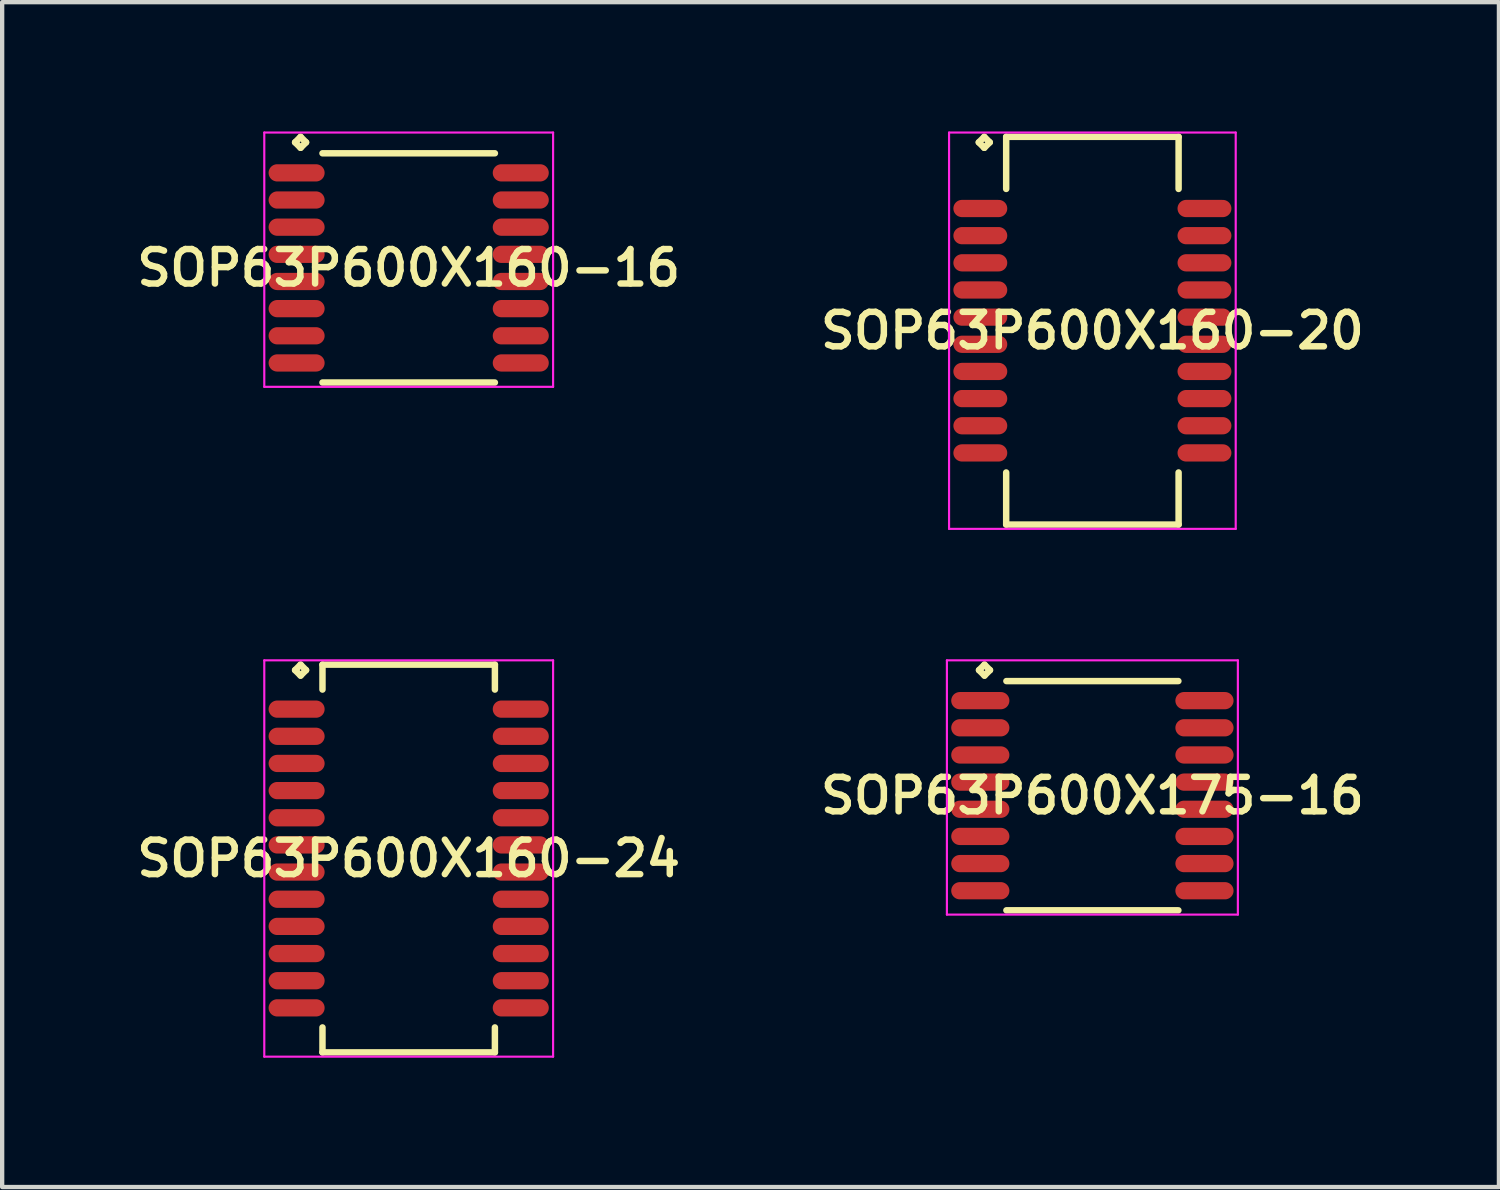
<source format=kicad_pcb>
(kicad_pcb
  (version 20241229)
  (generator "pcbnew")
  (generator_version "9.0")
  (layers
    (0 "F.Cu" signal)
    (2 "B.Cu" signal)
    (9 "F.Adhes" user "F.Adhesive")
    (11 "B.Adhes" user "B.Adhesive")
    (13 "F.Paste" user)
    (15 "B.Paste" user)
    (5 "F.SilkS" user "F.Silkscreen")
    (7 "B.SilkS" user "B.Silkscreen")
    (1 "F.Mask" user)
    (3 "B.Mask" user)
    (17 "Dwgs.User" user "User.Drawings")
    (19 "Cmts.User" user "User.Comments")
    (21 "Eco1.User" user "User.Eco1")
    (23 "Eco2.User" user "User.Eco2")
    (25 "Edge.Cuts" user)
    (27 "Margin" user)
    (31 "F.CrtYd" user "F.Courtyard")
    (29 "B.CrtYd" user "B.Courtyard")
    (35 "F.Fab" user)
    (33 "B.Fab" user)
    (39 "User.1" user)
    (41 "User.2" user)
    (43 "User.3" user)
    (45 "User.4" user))
  (footprint "SOP63P600X175-16"
    (layer "F.Cu")
    (at 22.292 15.409)
    (property "Reference" "SOP63P600X175-16" (at 0 0 0) (layer "F.SilkS") (effects (font (size 0.8 0.8) (thickness 0.15))))
    (attr smd)
    (fp_line (start -2.63 -2.913) (end -2.503 -3.04) (stroke (width 0.15) (type solid)) (layer "F.SilkS"))
    (fp_line (start -2.503 -3.04) (end -2.376 -2.913) (stroke (width 0.15) (type solid)) (layer "F.SilkS"))
    (fp_line (start -2.503 -2.786) (end -2.63 -2.913) (stroke (width 0.15) (type solid)) (layer "F.SilkS"))
    (fp_line (start -2.376 -2.913) (end -2.503 -2.786) (stroke (width 0.15) (type solid)) (layer "F.SilkS"))
    (fp_line (start -1.995 -2.659) (end 1.995 -2.659) (stroke (width 0.15) (type solid)) (layer "F.SilkS"))
    (fp_line (start -1.995 2.659) (end 1.995 2.659) (stroke (width 0.15) (type solid)) (layer "F.SilkS"))
    (fp_line (start -3.375 -3.14) (end 3.375 -3.14) (stroke (width 0.05) (type solid)) (layer "F.CrtYd"))
    (fp_line (start -3.375 2.759) (end -3.375 -3.14) (stroke (width 0.05) (type solid)) (layer "F.CrtYd"))
    (fp_line (start 3.375 -3.14) (end 3.375 2.759) (stroke (width 0.05) (type solid)) (layer "F.CrtYd"))
    (fp_line (start 3.375 2.759) (end -3.375 2.759) (stroke (width 0.05) (type solid)) (layer "F.CrtYd"))
    (pad "1" smd oval (at -2.6 -2.205) (size 1.35 0.4) (layers "F.Cu" "F.Mask" "F.Paste"))
    (pad "2" smd oval (at -2.6 -1.575) (size 1.35 0.4) (layers "F.Cu" "F.Mask" "F.Paste"))
    (pad "3" smd oval (at -2.6 -0.945) (size 1.35 0.4) (layers "F.Cu" "F.Mask" "F.Paste"))
    (pad "4" smd oval (at -2.6 -0.315) (size 1.35 0.4) (layers "F.Cu" "F.Mask" "F.Paste"))
    (pad "5" smd oval (at -2.6 0.315) (size 1.35 0.4) (layers "F.Cu" "F.Mask" "F.Paste"))
    (pad "6" smd oval (at -2.6 0.945) (size 1.35 0.4) (layers "F.Cu" "F.Mask" "F.Paste"))
    (pad "7" smd oval (at -2.6 1.575) (size 1.35 0.4) (layers "F.Cu" "F.Mask" "F.Paste"))
    (pad "8" smd oval (at -2.6 2.205) (size 1.35 0.4) (layers "F.Cu" "F.Mask" "F.Paste"))
    (pad "9" smd oval (at 2.6 2.205) (size 1.35 0.4) (layers "F.Cu" "F.Mask" "F.Paste"))
    (pad "10" smd oval (at 2.6 1.575) (size 1.35 0.4) (layers "F.Cu" "F.Mask" "F.Paste"))
    (pad "11" smd oval (at 2.6 0.945) (size 1.35 0.4) (layers "F.Cu" "F.Mask" "F.Paste"))
    (pad "12" smd oval (at 2.6 0.315) (size 1.35 0.4) (layers "F.Cu" "F.Mask" "F.Paste"))
    (pad "13" smd oval (at 2.6 -0.315) (size 1.35 0.4) (layers "F.Cu" "F.Mask" "F.Paste"))
    (pad "14" smd oval (at 2.6 -0.945) (size 1.35 0.4) (layers "F.Cu" "F.Mask" "F.Paste"))
    (pad "15" smd oval (at 2.6 -1.575) (size 1.35 0.4) (layers "F.Cu" "F.Mask" "F.Paste"))
    (pad "16" smd oval (at 2.6 -2.205) (size 1.35 0.4) (layers "F.Cu" "F.Mask" "F.Paste")))
  (footprint "SOP63P600X160-16"
    (layer "F.Cu")
    (at 6.431 3.165)
    (property "Reference" "SOP63P600X160-16" (at 0 0 0) (layer "F.SilkS") (effects (font (size 0.8 0.8) (thickness 0.15))))
    (attr smd)
    (fp_line (start -2.635 -2.913) (end -2.508 -3.04) (stroke (width 0.15) (type solid)) (layer "F.SilkS"))
    (fp_line (start -2.508 -3.04) (end -2.381 -2.913) (stroke (width 0.15) (type solid)) (layer "F.SilkS"))
    (fp_line (start -2.508 -2.786) (end -2.635 -2.913) (stroke (width 0.15) (type solid)) (layer "F.SilkS"))
    (fp_line (start -2.381 -2.913) (end -2.508 -2.786) (stroke (width 0.15) (type solid)) (layer "F.SilkS"))
    (fp_line (start -2 -2.659) (end 2 -2.659) (stroke (width 0.15) (type solid)) (layer "F.SilkS"))
    (fp_line (start -2 2.659) (end 2 2.659) (stroke (width 0.15) (type solid)) (layer "F.SilkS"))
    (fp_line (start -3.35 -3.14) (end 3.35 -3.14) (stroke (width 0.05) (type solid)) (layer "F.CrtYd"))
    (fp_line (start -3.35 2.759) (end -3.35 -3.14) (stroke (width 0.05) (type solid)) (layer "F.CrtYd"))
    (fp_line (start 3.35 -3.14) (end 3.35 2.759) (stroke (width 0.05) (type solid)) (layer "F.CrtYd"))
    (fp_line (start 3.35 2.759) (end -3.35 2.759) (stroke (width 0.05) (type solid)) (layer "F.CrtYd"))
    (pad "1" smd oval (at -2.6 -2.205) (size 1.3 0.4) (layers "F.Cu" "F.Mask" "F.Paste"))
    (pad "2" smd oval (at -2.6 -1.575) (size 1.3 0.4) (layers "F.Cu" "F.Mask" "F.Paste"))
    (pad "3" smd oval (at -2.6 -0.945) (size 1.3 0.4) (layers "F.Cu" "F.Mask" "F.Paste"))
    (pad "4" smd oval (at -2.6 -0.315) (size 1.3 0.4) (layers "F.Cu" "F.Mask" "F.Paste"))
    (pad "5" smd oval (at -2.6 0.315) (size 1.3 0.4) (layers "F.Cu" "F.Mask" "F.Paste"))
    (pad "6" smd oval (at -2.6 0.945) (size 1.3 0.4) (layers "F.Cu" "F.Mask" "F.Paste"))
    (pad "7" smd oval (at -2.6 1.575) (size 1.3 0.4) (layers "F.Cu" "F.Mask" "F.Paste"))
    (pad "8" smd oval (at -2.6 2.205) (size 1.3 0.4) (layers "F.Cu" "F.Mask" "F.Paste"))
    (pad "9" smd oval (at 2.6 2.205) (size 1.3 0.4) (layers "F.Cu" "F.Mask" "F.Paste"))
    (pad "10" smd oval (at 2.6 1.575) (size 1.3 0.4) (layers "F.Cu" "F.Mask" "F.Paste"))
    (pad "11" smd oval (at 2.6 0.945) (size 1.3 0.4) (layers "F.Cu" "F.Mask" "F.Paste"))
    (pad "12" smd oval (at 2.6 0.315) (size 1.3 0.4) (layers "F.Cu" "F.Mask" "F.Paste"))
    (pad "13" smd oval (at 2.6 -0.315) (size 1.3 0.4) (layers "F.Cu" "F.Mask" "F.Paste"))
    (pad "14" smd oval (at 2.6 -0.945) (size 1.3 0.4) (layers "F.Cu" "F.Mask" "F.Paste"))
    (pad "15" smd oval (at 2.6 -1.575) (size 1.3 0.4) (layers "F.Cu" "F.Mask" "F.Paste"))
    (pad "16" smd oval (at 2.6 -2.205) (size 1.3 0.4) (layers "F.Cu" "F.Mask" "F.Paste")))
  (footprint "SOP63P600X160-20"
    (layer "F.Cu")
    (at 22.292 4.622)
    (property "Reference" "SOP63P600X160-20" (at 0 0 0) (layer "F.SilkS") (effects (font (size 0.8 0.8) (thickness 0.15))))
    (attr smd)
    (fp_line (start -2.635 -4.37) (end -2.508 -4.497) (stroke (width 0.15) (type solid)) (layer "F.SilkS"))
    (fp_line (start -2.508 -4.497) (end -2.381 -4.37) (stroke (width 0.15) (type solid)) (layer "F.SilkS"))
    (fp_line (start -2.508 -4.243) (end -2.635 -4.37) (stroke (width 0.15) (type solid)) (layer "F.SilkS"))
    (fp_line (start -2.381 -4.37) (end -2.508 -4.243) (stroke (width 0.15) (type solid)) (layer "F.SilkS"))
    (fp_line (start -2 -4.497) (end 2 -4.497) (stroke (width 0.15) (type solid)) (layer "F.SilkS"))
    (fp_line (start -2 -3.289) (end -2 -4.497) (stroke (width 0.15) (type solid)) (layer "F.SilkS"))
    (fp_line (start -2 3.289) (end -2 4.497) (stroke (width 0.15) (type solid)) (layer "F.SilkS"))
    (fp_line (start -2 4.497) (end 2 4.497) (stroke (width 0.15) (type solid)) (layer "F.SilkS"))
    (fp_line (start 2 -4.497) (end 2 -3.289) (stroke (width 0.15) (type solid)) (layer "F.SilkS"))
    (fp_line (start 2 4.497) (end 2 3.289) (stroke (width 0.15) (type solid)) (layer "F.SilkS"))
    (fp_line (start -3.325 -4.597) (end 3.325 -4.597) (stroke (width 0.05) (type solid)) (layer "F.CrtYd"))
    (fp_line (start -3.325 4.597) (end -3.325 -4.597) (stroke (width 0.05) (type solid)) (layer "F.CrtYd"))
    (fp_line (start 3.325 -4.597) (end 3.325 4.597) (stroke (width 0.05) (type solid)) (layer "F.CrtYd"))
    (fp_line (start 3.325 4.597) (end -3.325 4.597) (stroke (width 0.05) (type solid)) (layer "F.CrtYd"))
    (pad "1" smd oval (at -2.6 -2.835) (size 1.25 0.4) (layers "F.Cu" "F.Mask" "F.Paste"))
    (pad "2" smd oval (at -2.6 -2.205) (size 1.25 0.4) (layers "F.Cu" "F.Mask" "F.Paste"))
    (pad "3" smd oval (at -2.6 -1.575) (size 1.25 0.4) (layers "F.Cu" "F.Mask" "F.Paste"))
    (pad "4" smd oval (at -2.6 -0.945) (size 1.25 0.4) (layers "F.Cu" "F.Mask" "F.Paste"))
    (pad "5" smd oval (at -2.6 -0.315) (size 1.25 0.4) (layers "F.Cu" "F.Mask" "F.Paste"))
    (pad "6" smd oval (at -2.6 0.315) (size 1.25 0.4) (layers "F.Cu" "F.Mask" "F.Paste"))
    (pad "7" smd oval (at -2.6 0.945) (size 1.25 0.4) (layers "F.Cu" "F.Mask" "F.Paste"))
    (pad "8" smd oval (at -2.6 1.575) (size 1.25 0.4) (layers "F.Cu" "F.Mask" "F.Paste"))
    (pad "9" smd oval (at -2.6 2.205) (size 1.25 0.4) (layers "F.Cu" "F.Mask" "F.Paste"))
    (pad "10" smd oval (at -2.6 2.835) (size 1.25 0.4) (layers "F.Cu" "F.Mask" "F.Paste"))
    (pad "11" smd oval (at 2.6 2.835) (size 1.25 0.4) (layers "F.Cu" "F.Mask" "F.Paste"))
    (pad "12" smd oval (at 2.6 2.205) (size 1.25 0.4) (layers "F.Cu" "F.Mask" "F.Paste"))
    (pad "13" smd oval (at 2.6 1.575) (size 1.25 0.4) (layers "F.Cu" "F.Mask" "F.Paste"))
    (pad "14" smd oval (at 2.6 0.945) (size 1.25 0.4) (layers "F.Cu" "F.Mask" "F.Paste"))
    (pad "15" smd oval (at 2.6 0.315) (size 1.25 0.4) (layers "F.Cu" "F.Mask" "F.Paste"))
    (pad "16" smd oval (at 2.6 -0.315) (size 1.25 0.4) (layers "F.Cu" "F.Mask" "F.Paste"))
    (pad "17" smd oval (at 2.6 -0.945) (size 1.25 0.4) (layers "F.Cu" "F.Mask" "F.Paste"))
    (pad "18" smd oval (at 2.6 -1.575) (size 1.25 0.4) (layers "F.Cu" "F.Mask" "F.Paste"))
    (pad "19" smd oval (at 2.6 -2.205) (size 1.25 0.4) (layers "F.Cu" "F.Mask" "F.Paste"))
    (pad "20" smd oval (at 2.6 -2.835) (size 1.25 0.4) (layers "F.Cu" "F.Mask" "F.Paste")))
  (footprint "SOP63P600X160-24"
    (layer "F.Cu")
    (at 6.431 16.866)
    (property "Reference" "SOP63P600X160-24" (at 0 0 0) (layer "F.SilkS") (effects (font (size 0.8 0.8) (thickness 0.15))))
    (attr smd)
    (fp_line (start -2.635 -4.37) (end -2.508 -4.497) (stroke (width 0.15) (type solid)) (layer "F.SilkS"))
    (fp_line (start -2.508 -4.497) (end -2.381 -4.37) (stroke (width 0.15) (type solid)) (layer "F.SilkS"))
    (fp_line (start -2.508 -4.243) (end -2.635 -4.37) (stroke (width 0.15) (type solid)) (layer "F.SilkS"))
    (fp_line (start -2.381 -4.37) (end -2.508 -4.243) (stroke (width 0.15) (type solid)) (layer "F.SilkS"))
    (fp_line (start -2 -4.497) (end 2 -4.497) (stroke (width 0.15) (type solid)) (layer "F.SilkS"))
    (fp_line (start -2 -3.919) (end -2 -4.497) (stroke (width 0.15) (type solid)) (layer "F.SilkS"))
    (fp_line (start -2 3.919) (end -2 4.497) (stroke (width 0.15) (type solid)) (layer "F.SilkS"))
    (fp_line (start -2 4.497) (end 2 4.497) (stroke (width 0.15) (type solid)) (layer "F.SilkS"))
    (fp_line (start 2 -4.497) (end 2 -3.919) (stroke (width 0.15) (type solid)) (layer "F.SilkS"))
    (fp_line (start 2 4.497) (end 2 3.919) (stroke (width 0.15) (type solid)) (layer "F.SilkS"))
    (fp_line (start -3.35 -4.597) (end 3.35 -4.597) (stroke (width 0.05) (type solid)) (layer "F.CrtYd"))
    (fp_line (start -3.35 4.597) (end -3.35 -4.597) (stroke (width 0.05) (type solid)) (layer "F.CrtYd"))
    (fp_line (start 3.35 -4.597) (end 3.35 4.597) (stroke (width 0.05) (type solid)) (layer "F.CrtYd"))
    (fp_line (start 3.35 4.597) (end -3.35 4.597) (stroke (width 0.05) (type solid)) (layer "F.CrtYd"))
    (pad "1" smd oval (at -2.6 -3.465) (size 1.3 0.4) (layers "F.Cu" "F.Mask" "F.Paste"))
    (pad "2" smd oval (at -2.6 -2.835) (size 1.3 0.4) (layers "F.Cu" "F.Mask" "F.Paste"))
    (pad "3" smd oval (at -2.6 -2.205) (size 1.3 0.4) (layers "F.Cu" "F.Mask" "F.Paste"))
    (pad "4" smd oval (at -2.6 -1.575) (size 1.3 0.4) (layers "F.Cu" "F.Mask" "F.Paste"))
    (pad "5" smd oval (at -2.6 -0.945) (size 1.3 0.4) (layers "F.Cu" "F.Mask" "F.Paste"))
    (pad "6" smd oval (at -2.6 -0.315) (size 1.3 0.4) (layers "F.Cu" "F.Mask" "F.Paste"))
    (pad "7" smd oval (at -2.6 0.315) (size 1.3 0.4) (layers "F.Cu" "F.Mask" "F.Paste"))
    (pad "8" smd oval (at -2.6 0.945) (size 1.3 0.4) (layers "F.Cu" "F.Mask" "F.Paste"))
    (pad "9" smd oval (at -2.6 1.575) (size 1.3 0.4) (layers "F.Cu" "F.Mask" "F.Paste"))
    (pad "10" smd oval (at -2.6 2.205) (size 1.3 0.4) (layers "F.Cu" "F.Mask" "F.Paste"))
    (pad "11" smd oval (at -2.6 2.835) (size 1.3 0.4) (layers "F.Cu" "F.Mask" "F.Paste"))
    (pad "12" smd oval (at -2.6 3.465) (size 1.3 0.4) (layers "F.Cu" "F.Mask" "F.Paste"))
    (pad "13" smd oval (at 2.6 3.465) (size 1.3 0.4) (layers "F.Cu" "F.Mask" "F.Paste"))
    (pad "14" smd oval (at 2.6 2.835) (size 1.3 0.4) (layers "F.Cu" "F.Mask" "F.Paste"))
    (pad "15" smd oval (at 2.6 2.205) (size 1.3 0.4) (layers "F.Cu" "F.Mask" "F.Paste"))
    (pad "16" smd oval (at 2.6 1.575) (size 1.3 0.4) (layers "F.Cu" "F.Mask" "F.Paste"))
    (pad "17" smd oval (at 2.6 0.945) (size 1.3 0.4) (layers "F.Cu" "F.Mask" "F.Paste"))
    (pad "18" smd oval (at 2.6 0.315) (size 1.3 0.4) (layers "F.Cu" "F.Mask" "F.Paste"))
    (pad "19" smd oval (at 2.6 -0.315) (size 1.3 0.4) (layers "F.Cu" "F.Mask" "F.Paste"))
    (pad "20" smd oval (at 2.6 -0.945) (size 1.3 0.4) (layers "F.Cu" "F.Mask" "F.Paste"))
    (pad "21" smd oval (at 2.6 -1.575) (size 1.3 0.4) (layers "F.Cu" "F.Mask" "F.Paste"))
    (pad "22" smd oval (at 2.6 -2.205) (size 1.3 0.4) (layers "F.Cu" "F.Mask" "F.Paste"))
    (pad "23" smd oval (at 2.6 -2.835) (size 1.3 0.4) (layers "F.Cu" "F.Mask" "F.Paste"))
    (pad "24" smd oval (at 2.6 -3.465) (size 1.3 0.4) (layers "F.Cu" "F.Mask" "F.Paste")))
  (gr_rect
    (start -3 -3)
    (end 31.723 24.488)
    (stroke (width 0.1) (type default))
    (fill no)
    (layer "Edge.Cuts")))
</source>
